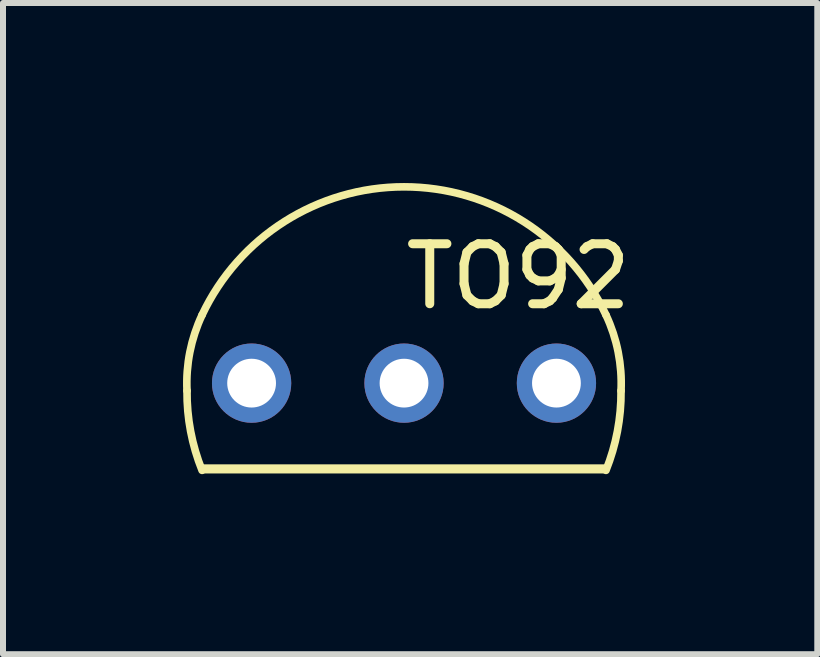
<source format=kicad_pcb>
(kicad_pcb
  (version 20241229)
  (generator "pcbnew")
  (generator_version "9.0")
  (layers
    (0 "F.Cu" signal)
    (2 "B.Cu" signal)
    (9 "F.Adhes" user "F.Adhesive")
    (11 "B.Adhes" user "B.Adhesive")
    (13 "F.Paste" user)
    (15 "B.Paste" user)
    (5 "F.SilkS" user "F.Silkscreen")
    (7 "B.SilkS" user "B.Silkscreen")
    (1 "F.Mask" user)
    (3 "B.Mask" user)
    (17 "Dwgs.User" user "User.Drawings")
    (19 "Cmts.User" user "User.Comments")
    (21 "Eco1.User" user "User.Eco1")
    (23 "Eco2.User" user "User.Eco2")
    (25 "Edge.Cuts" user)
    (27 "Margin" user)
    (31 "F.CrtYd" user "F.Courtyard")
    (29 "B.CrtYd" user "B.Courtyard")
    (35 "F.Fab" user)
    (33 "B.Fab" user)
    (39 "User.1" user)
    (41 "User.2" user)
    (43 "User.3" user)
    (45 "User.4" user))
  (footprint "TO92"
    (layer "F.Cu")
    (at 3.683 3.335)
    (property "Reference" "TO92" (at 1.905 -1.778 0) (layer "F.SilkS") (effects (font (size 1 1) (thickness 0.15))))
    (attr through_hole)
    (fp_line (start -3.334 1.429) (end 3.334 1.429) (stroke (width 0.152) (type solid)) (layer "F.SilkS"))
    (fp_arc (start -3.6165 0.127) (mid -3.568358 -0.519825) (end -3.3655 -1.1359) (stroke (width 0.127) (type solid)) (layer "F.SilkS"))
    (fp_arc (start -3.3655 -1.1359) (mid 0 -3.271382) (end 3.3655 -1.1359) (stroke (width 0.127) (type solid)) (layer "F.SilkS"))
    (fp_arc (start -3.3655 1.4534) (mid -3.556258 0.802549) (end -3.6165 0.127) (stroke (width 0.127) (type solid)) (layer "F.SilkS"))
    (fp_arc (start 3.3655 -1.1359) (mid 3.56836 -0.519825) (end 3.6165 0.127) (stroke (width 0.127) (type solid)) (layer "F.SilkS"))
    (fp_arc (start 3.6165 0.127) (mid 3.556257 0.802549) (end 3.3655 1.4534) (stroke (width 0.127) (type solid)) (layer "F.SilkS"))
    (pad "1" thru_hole circle (at -2.54 0) (size 1.321 1.321) (drill 0.813) (layers "*.Cu" "*.Mask"))
    (pad "2" thru_hole circle (at 0 0) (size 1.321 1.321) (drill 0.813) (layers "*.Cu" "*.Mask"))
    (pad "3" thru_hole circle (at 2.54 0) (size 1.321 1.321) (drill 0.813) (layers "*.Cu" "*.Mask")))
  (gr_rect
    (start -3 -3)
    (end 10.57 7.852)
    (stroke (width 0.1) (type default))
    (fill no)
    (layer "Edge.Cuts")))
</source>
